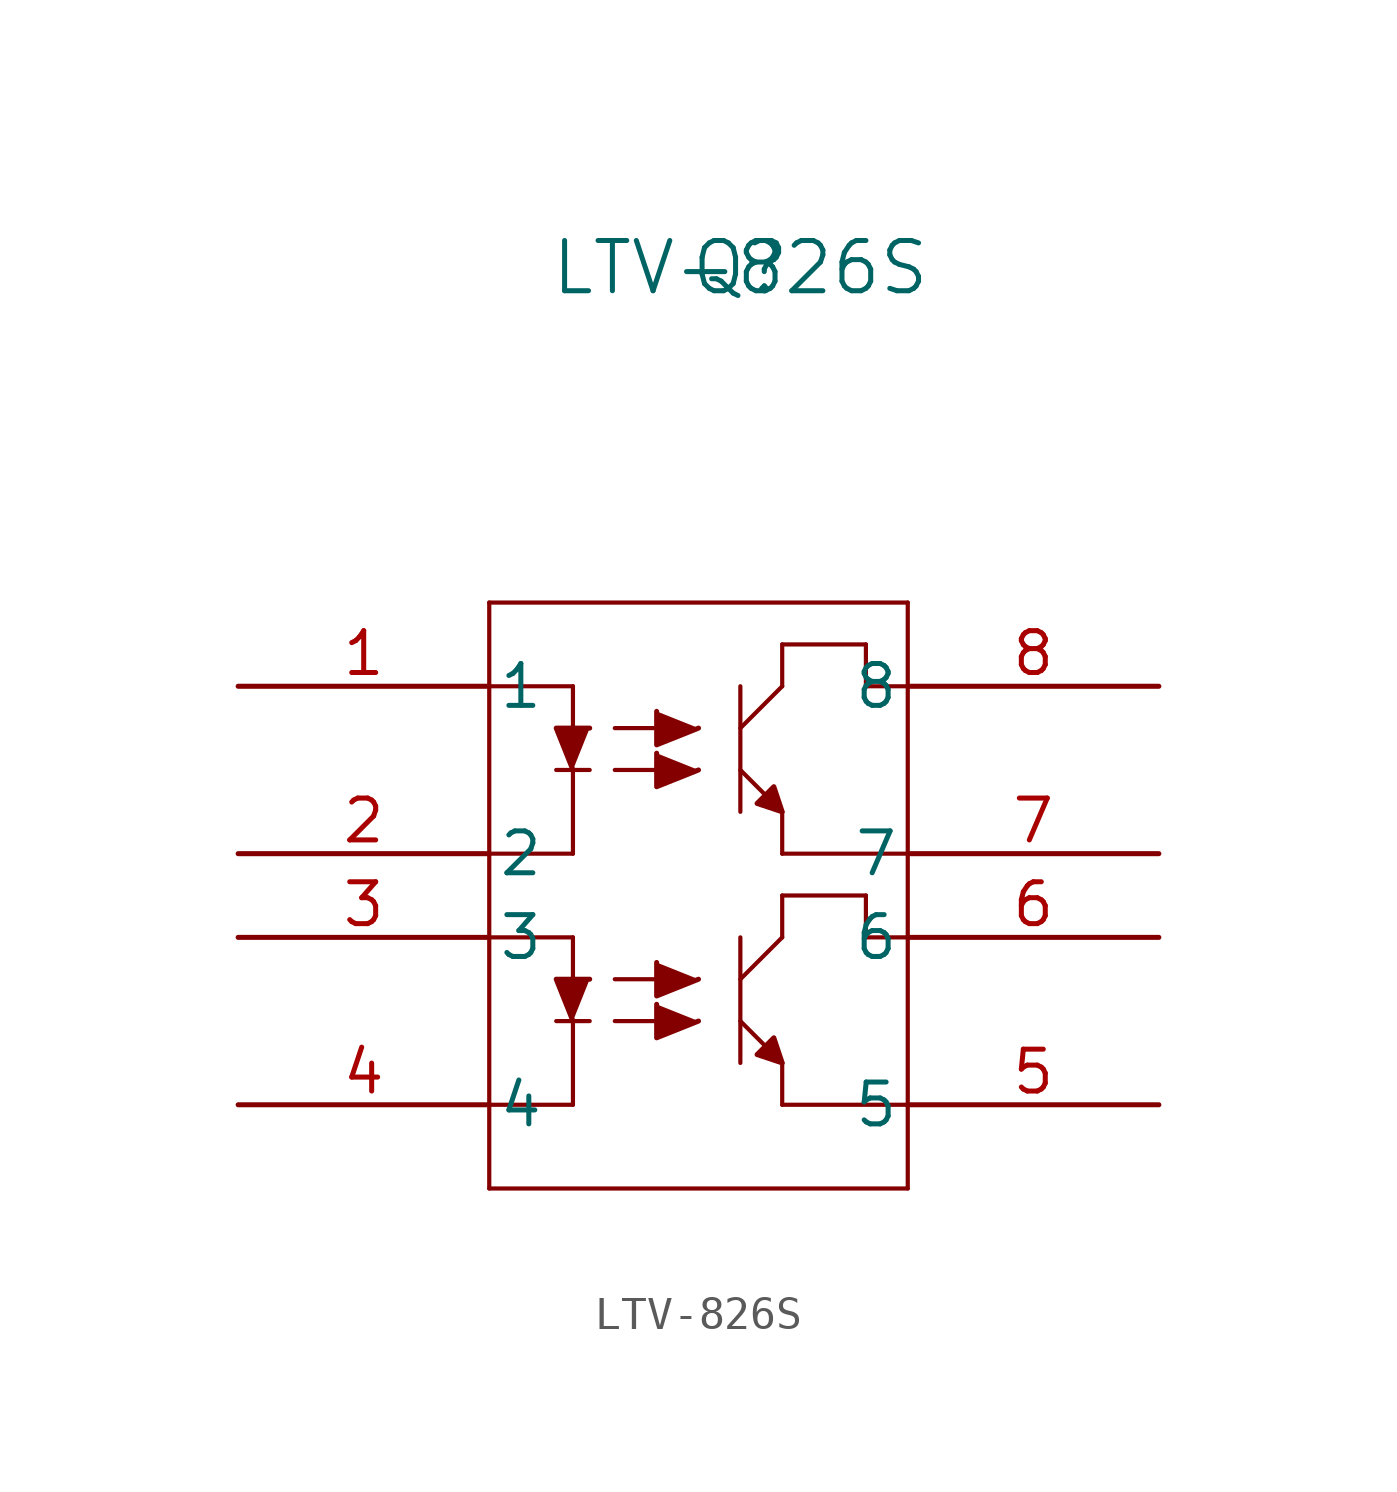
<source format=kicad_sym>
(kicad_symbol_lib
  (version 20211014)
  (generator kicad_symbol_editor)
  (symbol "LTV-826S"
    (pin_names
      (offset 0.254))
    (property "Reference" "Q"
      (at 15.24 12.7 0)
      (effects (font (size 1.524 1.524))))
    (property "Value" "LTV-826S"
      (at 15.24 12.7 0)
      (effects (font (size 1.524 1.524))))
    (symbol "LTV-826S_0_1"
      (polyline (pts (xy 16.51 -3.81) (xy 16.51 -5.08)) (stroke (width 0.127) (type default) (color 0 0 0 0)) (fill (type none)))
      (polyline (pts (xy 15.24 -3.81) (xy 15.24 0)) (stroke (width 0.127) (type default) (color 0 0 0 0)) (fill (type none)))
      (polyline (pts (xy 16.51 0) (xy 15.24 -1.27)) (stroke (width 0.127) (type default) (color 0 0 0 0)) (fill (type none)))
      (polyline (pts (xy 7.62 2.54) (xy 7.62 -15.24)) (stroke (width 0.127) (type default) (color 0 0 0 0)) (fill (type none)))
      (polyline (pts (xy 15.24 -2.54) (xy 16.51 -3.81)) (stroke (width 0.127) (type default) (color 0 0 0 0)) (fill (type none)))
      (polyline (pts (xy 20.32 -15.24) (xy 20.32 2.54)) (stroke (width 0.127) (type default) (color 0 0 0 0)) (fill (type none)))
      (polyline (pts (xy 11.43 -2.54) (xy 12.7 -2.54)) (stroke (width 0.127) (type default) (color 0 0 0 0)) (fill (type none)))
      (polyline (pts (xy 11.43 -1.27) (xy 12.7 -1.27)) (stroke (width 0.127) (type default) (color 0 0 0 0)) (fill (type none)))
      (polyline (pts (xy 19.05 1.27) (xy 16.51 1.27)) (stroke (width 0.127) (type default) (color 0 0 0 0)) (fill (type none)))
      (polyline (pts (xy 7.62 -15.24) (xy 20.32 -15.24)) (stroke (width 0.127) (type default) (color 0 0 0 0)) (fill (type none)))
      (polyline (pts (xy 16.51 0) (xy 16.51 1.27)) (stroke (width 0.127) (type default) (color 0 0 0 0)) (fill (type none)))
      (polyline (pts (xy 20.32 2.54) (xy 7.62 2.54)) (stroke (width 0.127) (type default) (color 0 0 0 0)) (fill (type none)))
      (polyline (pts (xy 9.652 -2.54) (xy 10.668 -2.54)) (stroke (width 0.127) (type default) (color 0 0 0 0)) (fill (type none)))
      (polyline (pts (xy 16.51 -5.08) (xy 20.32 -5.08)) (stroke (width 0.127) (type default) (color 0 0 0 0)) (fill (type none)))
      (polyline (pts (xy 10.16 -1.27) (xy 10.16 0)) (stroke (width 0.127) (type default) (color 0 0 0 0)) (fill (type none)))
      (polyline (pts (xy 10.16 -2.54) (xy 10.16 -5.08)) (stroke (width 0.127) (type default) (color 0 0 0 0)) (fill (type none)))
      (polyline (pts (xy 10.16 -2.54) (xy 9.652 -1.27) (xy 10.668 -1.27)) (stroke (width 0) (type default) (color 0 0 0 0)) (fill (type outline)))
      (polyline (pts (xy 16.51 -3.81) (xy 15.748 -3.556) (xy 16.256 -3.048) (xy 16.51 -3.81)) (stroke (width 0) (type default) (color 0 0 0 0)) (fill (type outline)))
      (polyline (pts (xy 13.97 -1.27) (xy 12.7 -1.778) (xy 12.7 -0.762)) (stroke (width 0) (type default) (color 0 0 0 0)) (fill (type outline)))
      (polyline (pts (xy 13.97 -2.54) (xy 12.7 -3.048) (xy 12.7 -2.032)) (stroke (width 0) (type default) (color 0 0 0 0)) (fill (type outline)))
      (polyline (pts (xy 7.62 0) (xy 10.16 0)) (stroke (width 0.127) (type default) (color 0 0 0 0)) (fill (type none)))
      (polyline (pts (xy 7.62 -5.08) (xy 10.16 -5.08)) (stroke (width 0.127) (type default) (color 0 0 0 0)) (fill (type none)))
      (polyline (pts (xy 19.05 1.27) (xy 19.05 0)) (stroke (width 0.127) (type default) (color 0 0 0 0)) (fill (type none)))
      (polyline (pts (xy 19.05 0) (xy 20.32 0)) (stroke (width 0.127) (type default) (color 0 0 0 0)) (fill (type none)))
      (polyline (pts (xy 16.51 -11.43) (xy 16.51 -12.7)) (stroke (width 0.127) (type default) (color 0 0 0 0)) (fill (type none)))
      (polyline (pts (xy 15.24 -11.43) (xy 15.24 -7.62)) (stroke (width 0.127) (type default) (color 0 0 0 0)) (fill (type none)))
      (polyline (pts (xy 16.51 -7.62) (xy 15.24 -8.89)) (stroke (width 0.127) (type default) (color 0 0 0 0)) (fill (type none)))
      (polyline (pts (xy 15.24 -10.16) (xy 16.51 -11.43)) (stroke (width 0.127) (type default) (color 0 0 0 0)) (fill (type none)))
      (polyline (pts (xy 11.43 -10.16) (xy 12.7 -10.16)) (stroke (width 0.127) (type default) (color 0 0 0 0)) (fill (type none)))
      (polyline (pts (xy 11.43 -8.89) (xy 12.7 -8.89)) (stroke (width 0.127) (type default) (color 0 0 0 0)) (fill (type none)))
      (polyline (pts (xy 19.05 -6.35) (xy 16.51 -6.35)) (stroke (width 0.127) (type default) (color 0 0 0 0)) (fill (type none)))
      (polyline (pts (xy 16.51 -7.62) (xy 16.51 -6.35)) (stroke (width 0.127) (type default) (color 0 0 0 0)) (fill (type none)))
      (polyline (pts (xy 9.652 -10.16) (xy 10.668 -10.16)) (stroke (width 0.127) (type default) (color 0 0 0 0)) (fill (type none)))
      (polyline (pts (xy 16.51 -12.7) (xy 20.32 -12.7)) (stroke (width 0.127) (type default) (color 0 0 0 0)) (fill (type none)))
      (polyline (pts (xy 10.16 -8.89) (xy 10.16 -7.62)) (stroke (width 0.127) (type default) (color 0 0 0 0)) (fill (type none)))
      (polyline (pts (xy 10.16 -10.16) (xy 10.16 -12.7)) (stroke (width 0.127) (type default) (color 0 0 0 0)) (fill (type none)))
      (polyline (pts (xy 7.62 -7.62) (xy 10.16 -7.62)) (stroke (width 0.127) (type default) (color 0 0 0 0)) (fill (type none)))
      (polyline (pts (xy 7.62 -12.7) (xy 10.16 -12.7)) (stroke (width 0.127) (type default) (color 0 0 0 0)) (fill (type none)))
      (polyline (pts (xy 19.05 -6.35) (xy 19.05 -7.62)) (stroke (width 0.127) (type default) (color 0 0 0 0)) (fill (type none)))
      (polyline (pts (xy 19.05 -7.62) (xy 20.32 -7.62)) (stroke (width 0.127) (type default) (color 0 0 0 0)) (fill (type none)))
      (polyline (pts (xy 10.16 -10.16) (xy 9.652 -8.89) (xy 10.668 -8.89)) (stroke (width 0) (type default) (color 0 0 0 0)) (fill (type outline)))
      (polyline (pts (xy 16.51 -11.43) (xy 15.748 -11.176) (xy 16.256 -10.668) (xy 16.51 -11.43)) (stroke (width 0) (type default) (color 0 0 0 0)) (fill (type outline)))
      (polyline (pts (xy 13.97 -8.89) (xy 12.7 -9.398) (xy 12.7 -8.382)) (stroke (width 0) (type default) (color 0 0 0 0)) (fill (type outline)))
      (polyline (pts (xy 13.97 -10.16) (xy 12.7 -10.668) (xy 12.7 -9.652)) (stroke (width 0) (type default) (color 0 0 0 0)) (fill (type outline)))
      (pin unspecified line (at 0 0 0) (length 7.62) (name "1" (effects (font (size 1.27 1.27)))) (number "1" (effects (font (size 1.27 1.27)))))
      (pin unspecified line (at 0 -5.08 0) (length 7.62) (name "2" (effects (font (size 1.27 1.27)))) (number "2" (effects (font (size 1.27 1.27)))))
      (pin unspecified line (at 0 -7.62 0) (length 7.62) (name "3" (effects (font (size 1.27 1.27)))) (number "3" (effects (font (size 1.27 1.27)))))
      (pin unspecified line (at 0 -12.7 0) (length 7.62) (name "4" (effects (font (size 1.27 1.27)))) (number "4" (effects (font (size 1.27 1.27)))))
      (pin unspecified line (at 27.94 -12.7 180) (length 7.62) (name "5" (effects (font (size 1.27 1.27)))) (number "5" (effects (font (size 1.27 1.27)))))
      (pin unspecified line (at 27.94 -7.62 180) (length 7.62) (name "6" (effects (font (size 1.27 1.27)))) (number "6" (effects (font (size 1.27 1.27)))))
      (pin unspecified line (at 27.94 -5.08 180) (length 7.62) (name "7" (effects (font (size 1.27 1.27)))) (number "7" (effects (font (size 1.27 1.27)))))
      (pin unspecified line (at 27.94 0 180) (length 7.62) (name "8" (effects (font (size 1.27 1.27)))) (number "8" (effects (font (size 1.27 1.27))))))))
</source>
